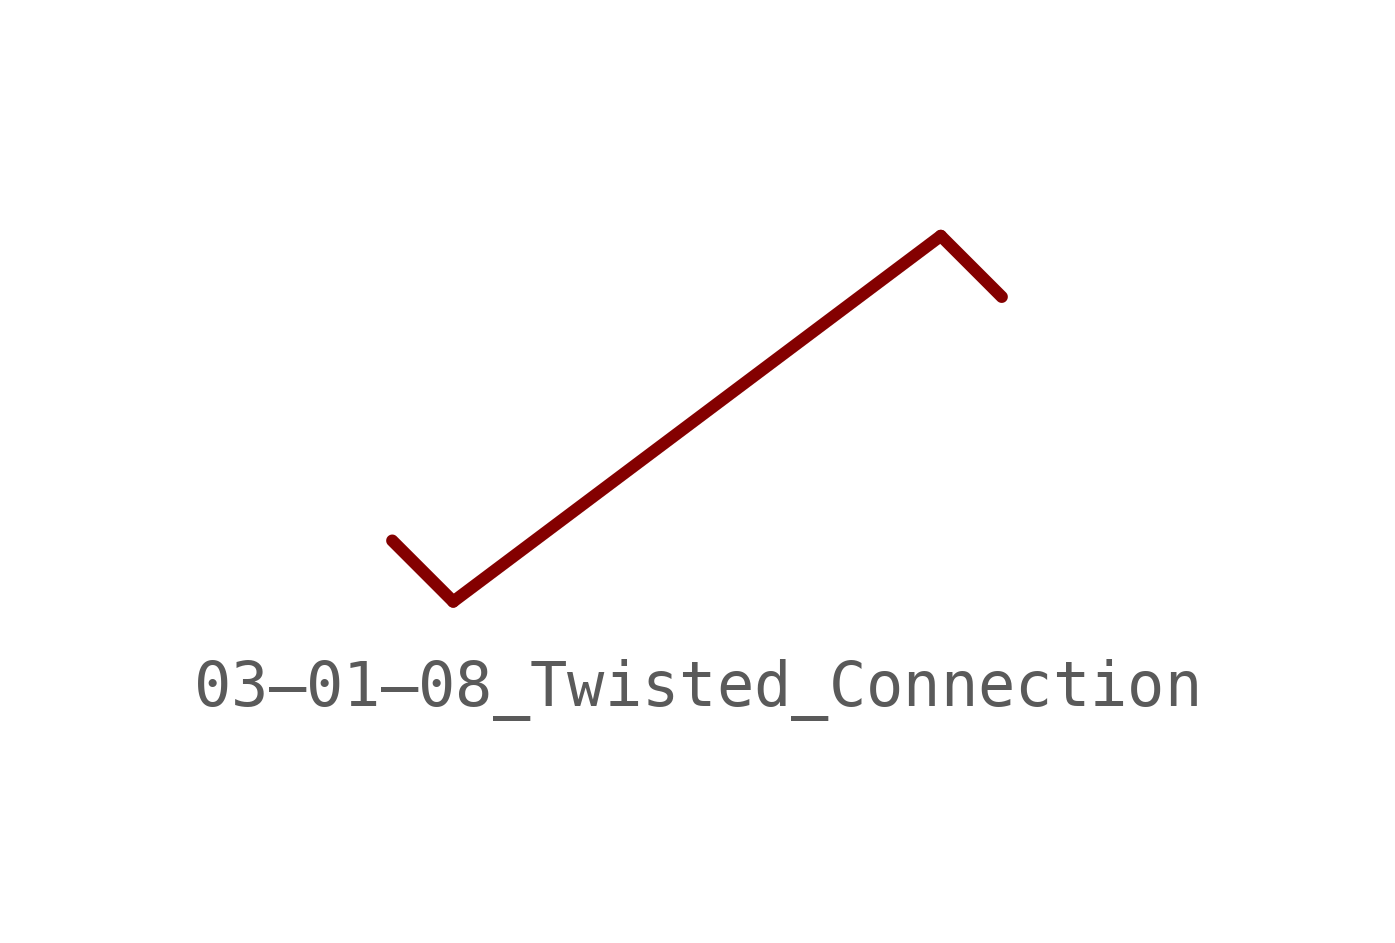
<source format=kicad_sym>
(kicad_symbol_lib
  (version 20201005)
  (generator kicad_symbol_editor)
  (symbol "Symbol_IEC_60617-3:03–01–08_Twisted_Connection"
    (pin_numbers hide)
    (pin_names
      (offset 0) hide)
    (property "Reference" "#SYM"
      (at 0 7.62 0)
      (effects (font (size 1.27 1.27)) hide))
    (symbol "03–01–08_Twisted_Connection_0_1"
      (polyline (pts (xy 5.08 3.81) (xy -5.08 -3.81)) (stroke (width 0.254)) (fill (type none)))
      (polyline (pts (xy 5.08 3.81) (xy 6.35 2.54)) (stroke (width 0.254)) (fill (type none)))
      (polyline (pts (xy -5.08 -3.81) (xy -6.35 -2.54)) (stroke (width 0.254)) (fill (type none))))))
</source>
